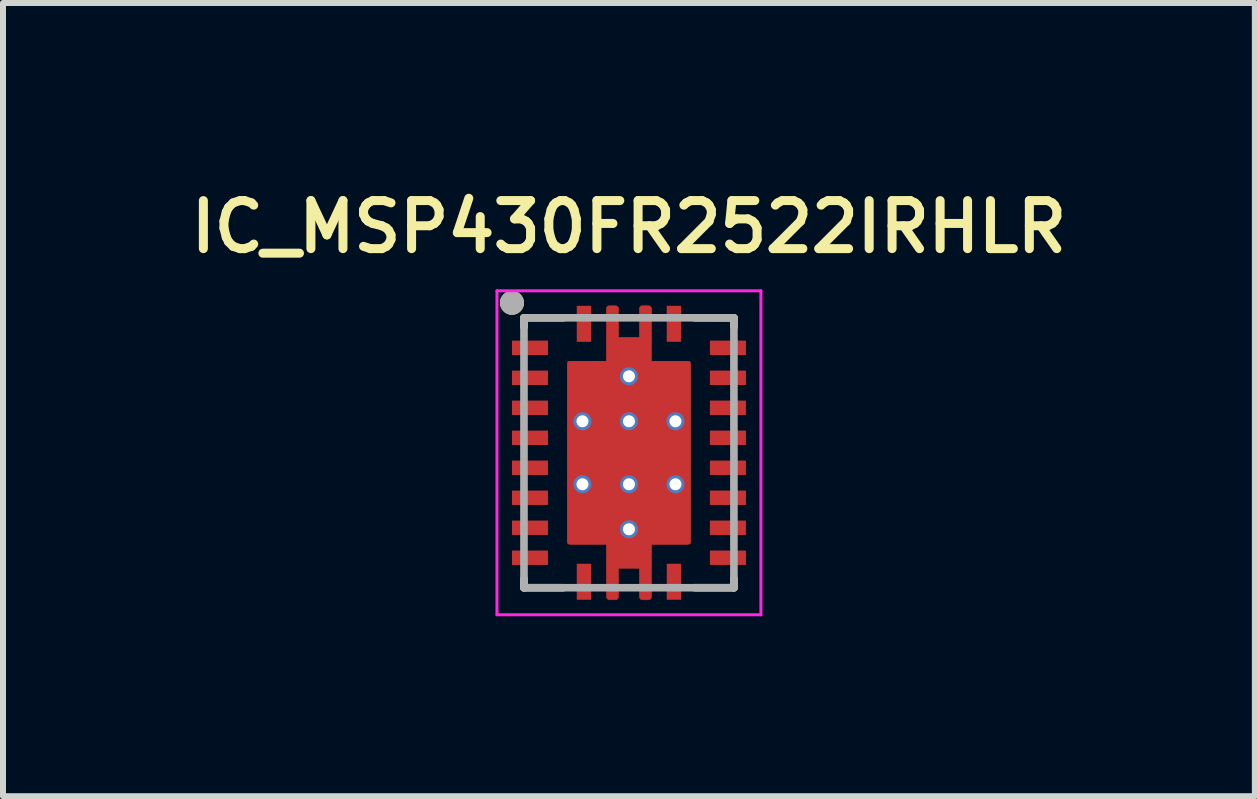
<source format=kicad_pcb>
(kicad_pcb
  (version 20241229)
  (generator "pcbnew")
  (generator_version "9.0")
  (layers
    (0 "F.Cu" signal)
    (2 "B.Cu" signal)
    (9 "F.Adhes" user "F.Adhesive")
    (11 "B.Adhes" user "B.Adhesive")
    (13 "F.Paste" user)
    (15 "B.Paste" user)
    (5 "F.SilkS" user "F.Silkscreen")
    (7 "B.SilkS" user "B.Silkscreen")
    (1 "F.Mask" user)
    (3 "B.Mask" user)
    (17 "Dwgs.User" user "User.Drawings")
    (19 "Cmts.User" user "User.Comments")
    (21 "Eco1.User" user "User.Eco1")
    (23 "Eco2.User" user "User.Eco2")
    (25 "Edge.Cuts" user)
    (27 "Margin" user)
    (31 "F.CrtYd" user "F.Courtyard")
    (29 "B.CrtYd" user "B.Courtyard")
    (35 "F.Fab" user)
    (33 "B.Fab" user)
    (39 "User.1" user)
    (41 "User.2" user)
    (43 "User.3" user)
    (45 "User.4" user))
  (footprint "IC_MSP430FR2522IRHLR"
    (layer "F.Cu")
    (at 7.435 4.498)
    (property "Reference" "IC_MSP430FR2522IRHLR" (at 0 -3.766 0) (layer "F.SilkS") (effects (font (size 0.801 0.801) (thickness 0.15))))
    (attr through_hole)
    (fp_poly (pts (xy -0.375 -1.525) (xy -0.375 -2.4) (xy -0.375 -2.403) (xy -0.375 -2.405) (xy -0.374 -2.408) (xy -0.374 -2.41) (xy -0.373 -2.413) (xy -0.373 -2.415) (xy -0.372 -2.418) (xy -0.371 -2.42) (xy -0.37 -2.423) (xy -0.368 -2.425) (xy -0.367 -2.427) (xy -0.365 -2.429) (xy -0.364 -2.431) (xy -0.362 -2.433) (xy -0.36 -2.435) (xy -0.358 -2.437) (xy -0.356 -2.439) (xy -0.354 -2.44) (xy -0.352 -2.442) (xy -0.35 -2.443) (xy -0.348 -2.445) (xy -0.345 -2.446) (xy -0.343 -2.447) (xy -0.34 -2.448) (xy -0.338 -2.448) (xy -0.335 -2.449) (xy -0.333 -2.449) (xy -0.33 -2.45) (xy -0.328 -2.45) (xy -0.325 -2.45) (xy -0.225 -2.45) (xy -0.222 -2.45) (xy -0.22 -2.45) (xy -0.217 -2.449) (xy -0.215 -2.449) (xy -0.212 -2.448) (xy -0.21 -2.448) (xy -0.207 -2.447) (xy -0.205 -2.446) (xy -0.202 -2.445) (xy -0.2 -2.443) (xy -0.198 -2.442) (xy -0.196 -2.44) (xy -0.194 -2.439) (xy -0.192 -2.437) (xy -0.19 -2.435) (xy -0.188 -2.433) (xy -0.186 -2.431) (xy -0.185 -2.429) (xy -0.183 -2.427) (xy -0.182 -2.425) (xy -0.18 -2.423) (xy -0.179 -2.42) (xy -0.178 -2.418) (xy -0.177 -2.415) (xy -0.177 -2.413) (xy -0.176 -2.41) (xy -0.176 -2.408) (xy -0.175 -2.405) (xy -0.175 -2.403) (xy -0.175 -2.4) (xy -0.175 -1.925) (xy 0.175 -1.925) (xy 0.175 -2.4) (xy 0.175 -2.403) (xy 0.175 -2.405) (xy 0.176 -2.408) (xy 0.176 -2.41) (xy 0.177 -2.413) (xy 0.177 -2.415) (xy 0.178 -2.418) (xy 0.179 -2.42) (xy 0.18 -2.423) (xy 0.182 -2.425) (xy 0.183 -2.427) (xy 0.185 -2.429) (xy 0.186 -2.431) (xy 0.188 -2.433) (xy 0.19 -2.435) (xy 0.192 -2.437) (xy 0.194 -2.439) (xy 0.196 -2.44) (xy 0.198 -2.442) (xy 0.2 -2.443) (xy 0.202 -2.445) (xy 0.205 -2.446) (xy 0.207 -2.447) (xy 0.21 -2.448) (xy 0.212 -2.448) (xy 0.215 -2.449) (xy 0.217 -2.449) (xy 0.22 -2.45) (xy 0.222 -2.45) (xy 0.225 -2.45) (xy 0.325 -2.45) (xy 0.328 -2.45) (xy 0.33 -2.45) (xy 0.333 -2.449) (xy 0.335 -2.449) (xy 0.338 -2.448) (xy 0.34 -2.448) (xy 0.343 -2.447) (xy 0.345 -2.446) (xy 0.348 -2.445) (xy 0.35 -2.443) (xy 0.352 -2.442) (xy 0.354 -2.44) (xy 0.356 -2.439) (xy 0.358 -2.437) (xy 0.36 -2.435) (xy 0.362 -2.433) (xy 0.364 -2.431) (xy 0.365 -2.429) (xy 0.367 -2.427) (xy 0.368 -2.425) (xy 0.37 -2.423) (xy 0.371 -2.42) (xy 0.372 -2.418) (xy 0.373 -2.415) (xy 0.373 -2.413) (xy 0.374 -2.41) (xy 0.374 -2.408) (xy 0.375 -2.405) (xy 0.375 -2.403) (xy 0.375 -2.4) (xy 0.375 -1.525) (xy 0.975 -1.525) (xy 0.978 -1.525) (xy 0.98 -1.525) (xy 0.983 -1.524) (xy 0.985 -1.524) (xy 0.988 -1.523) (xy 0.99 -1.523) (xy 0.993 -1.522) (xy 0.995 -1.521) (xy 0.998 -1.52) (xy 1 -1.518) (xy 1.002 -1.517) (xy 1.004 -1.515) (xy 1.006 -1.514) (xy 1.008 -1.512) (xy 1.01 -1.51) (xy 1.012 -1.508) (xy 1.014 -1.506) (xy 1.015 -1.504) (xy 1.017 -1.502) (xy 1.018 -1.5) (xy 1.02 -1.498) (xy 1.021 -1.495) (xy 1.022 -1.493) (xy 1.023 -1.49) (xy 1.023 -1.488) (xy 1.024 -1.485) (xy 1.024 -1.483) (xy 1.025 -1.48) (xy 1.025 -1.478) (xy 1.025 -1.475) (xy 1.025 1.475) (xy 1.025 1.478) (xy 1.025 1.48) (xy 1.024 1.483) (xy 1.024 1.485) (xy 1.023 1.488) (xy 1.023 1.49) (xy 1.022 1.493) (xy 1.021 1.495) (xy 1.02 1.498) (xy 1.018 1.5) (xy 1.017 1.502) (xy 1.015 1.504) (xy 1.014 1.506) (xy 1.012 1.508) (xy 1.01 1.51) (xy 1.008 1.512) (xy 1.006 1.514) (xy 1.004 1.515) (xy 1.002 1.517) (xy 1 1.518) (xy 0.998 1.52) (xy 0.995 1.521) (xy 0.993 1.522) (xy 0.99 1.523) (xy 0.988 1.523) (xy 0.985 1.524) (xy 0.983 1.524) (xy 0.98 1.525) (xy 0.978 1.525) (xy 0.975 1.525) (xy 0.375 1.525) (xy 0.375 2.4) (xy 0.375 2.403) (xy 0.375 2.405) (xy 0.374 2.408) (xy 0.374 2.41) (xy 0.373 2.413) (xy 0.373 2.415) (xy 0.372 2.418) (xy 0.371 2.42) (xy 0.37 2.423) (xy 0.368 2.425) (xy 0.367 2.427) (xy 0.365 2.429) (xy 0.364 2.431) (xy 0.362 2.433) (xy 0.36 2.435) (xy 0.358 2.437) (xy 0.356 2.439) (xy 0.354 2.44) (xy 0.352 2.442) (xy 0.35 2.443) (xy 0.348 2.445) (xy 0.345 2.446) (xy 0.343 2.447) (xy 0.34 2.448) (xy 0.338 2.448) (xy 0.335 2.449) (xy 0.333 2.449) (xy 0.33 2.45) (xy 0.328 2.45) (xy 0.325 2.45) (xy 0.225 2.45) (xy 0.222 2.45) (xy 0.22 2.45) (xy 0.217 2.449) (xy 0.215 2.449) (xy 0.212 2.448) (xy 0.21 2.448) (xy 0.207 2.447) (xy 0.205 2.446) (xy 0.202 2.445) (xy 0.2 2.443) (xy 0.198 2.442) (xy 0.196 2.44) (xy 0.194 2.439) (xy 0.192 2.437) (xy 0.19 2.435) (xy 0.188 2.433) (xy 0.186 2.431) (xy 0.185 2.429) (xy 0.183 2.427) (xy 0.182 2.425) (xy 0.18 2.423) (xy 0.179 2.42) (xy 0.178 2.418) (xy 0.177 2.415) (xy 0.177 2.413) (xy 0.176 2.41) (xy 0.176 2.408) (xy 0.175 2.405) (xy 0.175 2.403) (xy 0.175 2.4) (xy 0.175 1.925) (xy -0.175 1.925) (xy -0.175 2.4) (xy -0.175 2.403) (xy -0.175 2.405) (xy -0.176 2.408) (xy -0.176 2.41) (xy -0.177 2.413) (xy -0.177 2.415) (xy -0.178 2.418) (xy -0.179 2.42) (xy -0.18 2.423) (xy -0.182 2.425) (xy -0.183 2.427) (xy -0.185 2.429) (xy -0.186 2.431) (xy -0.188 2.433) (xy -0.19 2.435) (xy -0.192 2.437) (xy -0.194 2.439) (xy -0.196 2.44) (xy -0.198 2.442) (xy -0.2 2.443) (xy -0.202 2.445) (xy -0.205 2.446) (xy -0.207 2.447) (xy -0.21 2.448) (xy -0.212 2.448) (xy -0.215 2.449) (xy -0.217 2.449) (xy -0.22 2.45) (xy -0.222 2.45) (xy -0.225 2.45) (xy -0.325 2.45) (xy -0.328 2.45) (xy -0.33 2.45) (xy -0.333 2.449) (xy -0.335 2.449) (xy -0.338 2.448) (xy -0.34 2.448) (xy -0.343 2.447) (xy -0.345 2.446) (xy -0.348 2.445) (xy -0.35 2.443) (xy -0.352 2.442) (xy -0.354 2.44) (xy -0.356 2.439) (xy -0.358 2.437) (xy -0.36 2.435) (xy -0.362 2.433) (xy -0.364 2.431) (xy -0.365 2.429) (xy -0.367 2.427) (xy -0.368 2.425) (xy -0.37 2.423) (xy -0.371 2.42) (xy -0.372 2.418) (xy -0.373 2.415) (xy -0.373 2.413) (xy -0.374 2.41) (xy -0.374 2.408) (xy -0.375 2.405) (xy -0.375 2.403) (xy -0.375 2.4) (xy -0.375 1.525) (xy -0.975 1.525) (xy -0.978 1.525) (xy -0.98 1.525) (xy -0.983 1.524) (xy -0.985 1.524) (xy -0.988 1.523) (xy -0.99 1.523) (xy -0.993 1.522) (xy -0.995 1.521) (xy -0.998 1.52) (xy -1 1.518) (xy -1.002 1.517) (xy -1.004 1.515) (xy -1.006 1.514) (xy -1.008 1.512) (xy -1.01 1.51) (xy -1.012 1.508) (xy -1.014 1.506) (xy -1.015 1.504) (xy -1.017 1.502) (xy -1.018 1.5) (xy -1.02 1.498) (xy -1.021 1.495) (xy -1.022 1.493) (xy -1.023 1.49) (xy -1.023 1.488) (xy -1.024 1.485) (xy -1.024 1.483) (xy -1.025 1.48) (xy -1.025 1.478) (xy -1.025 1.475) (xy -1.025 -1.475) (xy -1.025 -1.478) (xy -1.025 -1.48) (xy -1.024 -1.483) (xy -1.024 -1.485) (xy -1.023 -1.488) (xy -1.023 -1.49) (xy -1.022 -1.493) (xy -1.021 -1.495) (xy -1.02 -1.498) (xy -1.018 -1.5) (xy -1.017 -1.502) (xy -1.015 -1.504) (xy -1.014 -1.506) (xy -1.012 -1.508) (xy -1.01 -1.51) (xy -1.008 -1.512) (xy -1.006 -1.514) (xy -1.004 -1.515) (xy -1.002 -1.517) (xy -1 -1.518) (xy -0.998 -1.52) (xy -0.995 -1.521) (xy -0.993 -1.522) (xy -0.99 -1.523) (xy -0.988 -1.523) (xy -0.985 -1.524) (xy -0.983 -1.524) (xy -0.98 -1.525) (xy -0.978 -1.525) (xy -0.975 -1.525) (xy -0.375 -1.525)) (stroke (width 0.01) (type solid)) (fill yes) (layer "F.Cu"))
    (fp_poly (pts (xy -0.477 -1.627) (xy -0.477 -2.4) (xy -0.477 -2.408) (xy -0.476 -2.416) (xy -0.475 -2.424) (xy -0.474 -2.432) (xy -0.472 -2.439) (xy -0.47 -2.447) (xy -0.467 -2.454) (xy -0.464 -2.462) (xy -0.46 -2.469) (xy -0.457 -2.476) (xy -0.452 -2.483) (xy -0.448 -2.489) (xy -0.443 -2.496) (xy -0.438 -2.502) (xy -0.432 -2.507) (xy -0.427 -2.513) (xy -0.421 -2.518) (xy -0.414 -2.523) (xy -0.408 -2.527) (xy -0.401 -2.532) (xy -0.394 -2.535) (xy -0.387 -2.539) (xy -0.379 -2.542) (xy -0.372 -2.545) (xy -0.364 -2.547) (xy -0.357 -2.549) (xy -0.349 -2.55) (xy -0.341 -2.551) (xy -0.333 -2.552) (xy -0.325 -2.552) (xy -0.225 -2.552) (xy -0.217 -2.552) (xy -0.209 -2.551) (xy -0.201 -2.55) (xy -0.193 -2.549) (xy -0.186 -2.547) (xy -0.178 -2.545) (xy -0.171 -2.542) (xy -0.163 -2.539) (xy -0.156 -2.535) (xy -0.149 -2.532) (xy -0.142 -2.527) (xy -0.136 -2.523) (xy -0.129 -2.518) (xy -0.123 -2.513) (xy -0.118 -2.507) (xy -0.112 -2.502) (xy -0.107 -2.496) (xy -0.102 -2.489) (xy -0.098 -2.483) (xy -0.093 -2.476) (xy -0.09 -2.469) (xy -0.086 -2.462) (xy -0.083 -2.454) (xy -0.08 -2.447) (xy -0.078 -2.439) (xy -0.076 -2.432) (xy -0.075 -2.424) (xy -0.074 -2.416) (xy -0.073 -2.408) (xy -0.073 -2.4) (xy -0.073 -2.027) (xy 0.072 -2.027) (xy 0.073 -2.027) (xy 0.073 -2.402) (xy 0.073 -2.41) (xy 0.074 -2.418) (xy 0.075 -2.425) (xy 0.076 -2.433) (xy 0.078 -2.441) (xy 0.08 -2.448) (xy 0.083 -2.456) (xy 0.086 -2.463) (xy 0.089 -2.47) (xy 0.093 -2.477) (xy 0.097 -2.484) (xy 0.102 -2.49) (xy 0.106 -2.496) (xy 0.112 -2.502) (xy 0.117 -2.508) (xy 0.123 -2.513) (xy 0.129 -2.519) (xy 0.135 -2.523) (xy 0.141 -2.528) (xy 0.148 -2.532) (xy 0.155 -2.536) (xy 0.162 -2.539) (xy 0.169 -2.542) (xy 0.177 -2.545) (xy 0.184 -2.547) (xy 0.192 -2.549) (xy 0.2 -2.55) (xy 0.207 -2.551) (xy 0.215 -2.552) (xy 0.223 -2.552) (xy 0.326 -2.552) (xy 0.334 -2.552) (xy 0.342 -2.551) (xy 0.35 -2.55) (xy 0.357 -2.549) (xy 0.365 -2.547) (xy 0.373 -2.545) (xy 0.38 -2.542) (xy 0.387 -2.539) (xy 0.395 -2.536) (xy 0.402 -2.532) (xy 0.408 -2.528) (xy 0.415 -2.523) (xy 0.421 -2.518) (xy 0.427 -2.513) (xy 0.433 -2.508) (xy 0.438 -2.502) (xy 0.443 -2.496) (xy 0.448 -2.49) (xy 0.453 -2.483) (xy 0.457 -2.477) (xy 0.461 -2.47) (xy 0.464 -2.462) (xy 0.467 -2.455) (xy 0.47 -2.448) (xy 0.472 -2.44) (xy 0.474 -2.432) (xy 0.475 -2.425) (xy 0.476 -2.417) (xy 0.477 -2.409) (xy 0.477 -2.401) (xy 0.477 -1.627) (xy 0.975 -1.627) (xy 0.983 -1.627) (xy 0.991 -1.626) (xy 0.999 -1.625) (xy 1.007 -1.624) (xy 1.014 -1.622) (xy 1.022 -1.62) (xy 1.029 -1.617) (xy 1.037 -1.614) (xy 1.044 -1.61) (xy 1.051 -1.607) (xy 1.058 -1.602) (xy 1.064 -1.598) (xy 1.071 -1.593) (xy 1.077 -1.588) (xy 1.082 -1.582) (xy 1.088 -1.577) (xy 1.093 -1.571) (xy 1.098 -1.564) (xy 1.102 -1.558) (xy 1.107 -1.551) (xy 1.11 -1.544) (xy 1.114 -1.537) (xy 1.117 -1.529) (xy 1.12 -1.522) (xy 1.122 -1.514) (xy 1.124 -1.507) (xy 1.125 -1.499) (xy 1.126 -1.491) (xy 1.127 -1.483) (xy 1.127 -1.475) (xy 1.127 1.476) (xy 1.127 1.484) (xy 1.126 1.492) (xy 1.125 1.499) (xy 1.124 1.507) (xy 1.122 1.515) (xy 1.12 1.522) (xy 1.117 1.53) (xy 1.114 1.537) (xy 1.111 1.544) (xy 1.107 1.551) (xy 1.103 1.558) (xy 1.098 1.564) (xy 1.094 1.57) (xy 1.088 1.576) (xy 1.083 1.582) (xy 1.077 1.587) (xy 1.071 1.593) (xy 1.065 1.597) (xy 1.059 1.602) (xy 1.052 1.606) (xy 1.045 1.61) (xy 1.038 1.613) (xy 1.031 1.616) (xy 1.023 1.619) (xy 1.016 1.621) (xy 1.008 1.623) (xy 1 1.624) (xy 0.993 1.625) (xy 0.985 1.626) (xy 0.977 1.626) (xy 0.478 1.626) (xy 0.478 1.626) (xy 0.478 1.626) (xy 0.478 1.626) (xy 0.478 1.626) (xy 0.478 1.626) (xy 0.478 1.626) (xy 0.478 1.626) (xy 0.478 1.626) (xy 0.478 1.626) (xy 0.477 1.626) (xy 0.477 1.626) (xy 0.477 1.626) (xy 0.477 1.626) (xy 0.477 1.626) (xy 0.477 1.626) (xy 0.477 1.626) (xy 0.477 1.626) (xy 0.477 1.626) (xy 0.477 1.626) (xy 0.477 1.627) (xy 0.477 1.627) (xy 0.477 1.627) (xy 0.477 1.627) (xy 0.477 1.627) (xy 0.477 1.627) (xy 0.477 1.627) (xy 0.477 1.627) (xy 0.477 1.627) (xy 0.477 1.627) (xy 0.477 1.627) (xy 0.477 2.401) (xy 0.477 2.409) (xy 0.476 2.417) (xy 0.475 2.424) (xy 0.474 2.432) (xy 0.472 2.44) (xy 0.47 2.447) (xy 0.467 2.455) (xy 0.464 2.462) (xy 0.461 2.469) (xy 0.457 2.476) (xy 0.453 2.483) (xy 0.448 2.489) (xy 0.444 2.495) (xy 0.438 2.501) (xy 0.433 2.507) (xy 0.427 2.512) (xy 0.421 2.518) (xy 0.415 2.522) (xy 0.409 2.527) (xy 0.402 2.531) (xy 0.395 2.535) (xy 0.388 2.538) (xy 0.381 2.541) (xy 0.373 2.544) (xy 0.366 2.546) (xy 0.358 2.548) (xy 0.35 2.549) (xy 0.343 2.55) (xy 0.335 2.551) (xy 0.327 2.551) (xy 0.222 2.551) (xy 0.214 2.551) (xy 0.206 2.55) (xy 0.199 2.549) (xy 0.191 2.548) (xy 0.183 2.546) (xy 0.176 2.544) (xy 0.169 2.541) (xy 0.161 2.538) (xy 0.154 2.535) (xy 0.147 2.531) (xy 0.141 2.527) (xy 0.134 2.523) (xy 0.128 2.518) (xy 0.122 2.513) (xy 0.117 2.507) (xy 0.111 2.502) (xy 0.106 2.496) (xy 0.101 2.49) (xy 0.097 2.483) (xy 0.093 2.477) (xy 0.089 2.47) (xy 0.086 2.463) (xy 0.083 2.455) (xy 0.08 2.448) (xy 0.078 2.441) (xy 0.076 2.433) (xy 0.075 2.425) (xy 0.074 2.418) (xy 0.073 2.41) (xy 0.073 2.402) (xy 0.073 2.027) (xy -0.072 2.027) (xy -0.072 2.027) (xy -0.072 2.027) (xy -0.072 2.027) (xy -0.072 2.027) (xy -0.072 2.027) (xy -0.072 2.027) (xy -0.072 2.027) (xy -0.072 2.027) (xy -0.072 2.027) (xy -0.072 2.027) (xy -0.073 2.027) (xy -0.073 2.027) (xy -0.073 2.027) (xy -0.073 2.027) (xy -0.073 2.027) (xy -0.073 2.027) (xy -0.073 2.027) (xy -0.073 2.027) (xy -0.073 2.027) (xy -0.073 2.027) (xy -0.073 2.028) (xy -0.073 2.028) (xy -0.073 2.028) (xy -0.073 2.028) (xy -0.073 2.028) (xy -0.073 2.028) (xy -0.073 2.028) (xy -0.073 2.028) (xy -0.073 2.028) (xy -0.073 2.028) (xy -0.073 2.401) (xy -0.073 2.409) (xy -0.074 2.417) (xy -0.075 2.424) (xy -0.076 2.432) (xy -0.078 2.44) (xy -0.08 2.447) (xy -0.083 2.455) (xy -0.086 2.462) (xy -0.089 2.469) (xy -0.093 2.476) (xy -0.097 2.483) (xy -0.102 2.489) (xy -0.106 2.495) (xy -0.112 2.501) (xy -0.117 2.507) (xy -0.123 2.512) (xy -0.129 2.518) (xy -0.135 2.522) (xy -0.141 2.527) (xy -0.148 2.531) (xy -0.155 2.535) (xy -0.162 2.538) (xy -0.169 2.541) (xy -0.177 2.544) (xy -0.184 2.546) (xy -0.192 2.548) (xy -0.2 2.549) (xy -0.207 2.55) (xy -0.215 2.551) (xy -0.223 2.551) (xy -0.329 2.551) (xy -0.337 2.551) (xy -0.344 2.55) (xy -0.352 2.549) (xy -0.36 2.548) (xy -0.367 2.546) (xy -0.375 2.544) (xy -0.382 2.541) (xy -0.389 2.538) (xy -0.396 2.535) (xy -0.403 2.531) (xy -0.41 2.527) (xy -0.416 2.523) (xy -0.422 2.518) (xy -0.428 2.513) (xy -0.434 2.508) (xy -0.439 2.502) (xy -0.444 2.496) (xy -0.449 2.49) (xy -0.453 2.484) (xy -0.457 2.477) (xy -0.461 2.47) (xy -0.464 2.463) (xy -0.467 2.456) (xy -0.47 2.449) (xy -0.472 2.441) (xy -0.474 2.434) (xy -0.475 2.426) (xy -0.476 2.418) (xy -0.477 2.411) (xy -0.477 2.403) (xy -0.477 1.627) (xy -0.975 1.627) (xy -0.983 1.627) (xy -0.991 1.626) (xy -0.999 1.625) (xy -1.007 1.624) (xy -1.014 1.622) (xy -1.022 1.62) (xy -1.029 1.617) (xy -1.037 1.614) (xy -1.044 1.61) (xy -1.051 1.607) (xy -1.058 1.602) (xy -1.064 1.598) (xy -1.071 1.593) (xy -1.077 1.588) (xy -1.082 1.582) (xy -1.088 1.577) (xy -1.093 1.571) (xy -1.098 1.564) (xy -1.102 1.558) (xy -1.107 1.551) (xy -1.11 1.544) (xy -1.114 1.537) (xy -1.117 1.529) (xy -1.12 1.522) (xy -1.122 1.514) (xy -1.124 1.507) (xy -1.125 1.499) (xy -1.126 1.491) (xy -1.127 1.483) (xy -1.127 1.475) (xy -1.127 -1.474) (xy -1.127 -1.482) (xy -1.126 -1.49) (xy -1.125 -1.498) (xy -1.124 -1.506) (xy -1.122 -1.513) (xy -1.12 -1.521) (xy -1.117 -1.528) (xy -1.114 -1.536) (xy -1.11 -1.543) (xy -1.107 -1.55) (xy -1.102 -1.557) (xy -1.098 -1.563) (xy -1.093 -1.57) (xy -1.088 -1.576) (xy -1.082 -1.581) (xy -1.077 -1.587) (xy -1.071 -1.592) (xy -1.064 -1.597) (xy -1.058 -1.601) (xy -1.051 -1.606) (xy -1.044 -1.609) (xy -1.037 -1.613) (xy -1.029 -1.616) (xy -1.022 -1.619) (xy -1.014 -1.621) (xy -1.007 -1.623) (xy -0.999 -1.624) (xy -0.991 -1.625) (xy -0.983 -1.626) (xy -0.975 -1.626) (xy -0.478 -1.626) (xy -0.478 -1.626) (xy -0.478 -1.626) (xy -0.478 -1.626) (xy -0.478 -1.626) (xy -0.478 -1.626) (xy -0.478 -1.626) (xy -0.478 -1.626) (xy -0.478 -1.626) (xy -0.478 -1.626) (xy -0.477 -1.626) (xy -0.477 -1.626) (xy -0.477 -1.626) (xy -0.477 -1.626) (xy -0.477 -1.626) (xy -0.477 -1.626) (xy -0.477 -1.626) (xy -0.477 -1.626) (xy -0.477 -1.626) (xy -0.477 -1.626) (xy -0.477 -1.627) (xy -0.477 -1.627) (xy -0.477 -1.627) (xy -0.477 -1.627) (xy -0.477 -1.627) (xy -0.477 -1.627) (xy -0.477 -1.627) (xy -0.477 -1.627) (xy -0.477 -1.627) (xy -0.477 -1.627) (xy -0.477 -1.627)) (stroke (width 0.01) (type solid)) (fill yes) (layer "F.Mask"))
    (fp_line (start -1.75 -2.25) (end -1.1 -2.25) (stroke (width 0.127) (type solid)) (layer "F.SilkS"))
    (fp_line (start -1.75 -2.1) (end -1.75 -2.25) (stroke (width 0.127) (type solid)) (layer "F.SilkS"))
    (fp_line (start -1.75 2.1) (end -1.75 2.25) (stroke (width 0.127) (type solid)) (layer "F.SilkS"))
    (fp_line (start -1.75 2.25) (end -1.1 2.25) (stroke (width 0.127) (type solid)) (layer "F.SilkS"))
    (fp_line (start 1.1 -2.25) (end 1.75 -2.25) (stroke (width 0.127) (type solid)) (layer "F.SilkS"))
    (fp_line (start 1.1 2.25) (end 1.75 2.25) (stroke (width 0.127) (type solid)) (layer "F.SilkS"))
    (fp_line (start 1.75 -2.25) (end 1.75 -2.1) (stroke (width 0.127) (type solid)) (layer "F.SilkS"))
    (fp_line (start 1.75 2.25) (end 1.75 2.1) (stroke (width 0.127) (type solid)) (layer "F.SilkS"))
    (fp_circle (center -1.95 -2.5) (end -1.85 -2.5) (stroke (width 0.2) (type solid)) (fill no) (layer "F.SilkS"))
    (fp_poly (pts (xy -1.02 -0.625) (xy -0.1 -0.625) (xy -0.1 -1.475) (xy -1.02 -1.475)) (stroke (width 0.01) (type solid)) (fill yes) (layer "F.Paste"))
    (fp_poly (pts (xy -1.02 0.425) (xy -0.1 0.425) (xy -0.1 -0.425) (xy -1.02 -0.425)) (stroke (width 0.01) (type solid)) (fill yes) (layer "F.Paste"))
    (fp_poly (pts (xy -1.02 1.475) (xy -0.1 1.475) (xy -0.1 0.625) (xy -1.02 0.625)) (stroke (width 0.01) (type solid)) (fill yes) (layer "F.Paste"))
    (fp_poly (pts (xy 0.1 -0.625) (xy 1.02 -0.625) (xy 1.02 -1.475) (xy 0.1 -1.475)) (stroke (width 0.01) (type solid)) (fill yes) (layer "F.Paste"))
    (fp_poly (pts (xy 0.1 0.425) (xy 1.02 0.425) (xy 1.02 -0.425) (xy 0.1 -0.425)) (stroke (width 0.01) (type solid)) (fill yes) (layer "F.Paste"))
    (fp_poly (pts (xy 0.1 1.475) (xy 1.02 1.475) (xy 1.02 0.625) (xy 0.1 0.625)) (stroke (width 0.01) (type solid)) (fill yes) (layer "F.Paste"))
    (fp_poly (pts (xy -0.375 -1.675) (xy -0.375 -2.4) (xy -0.375 -2.403) (xy -0.375 -2.405) (xy -0.374 -2.408) (xy -0.374 -2.41) (xy -0.373 -2.413) (xy -0.373 -2.415) (xy -0.372 -2.418) (xy -0.371 -2.42) (xy -0.37 -2.423) (xy -0.368 -2.425) (xy -0.367 -2.427) (xy -0.365 -2.429) (xy -0.364 -2.431) (xy -0.362 -2.433) (xy -0.36 -2.435) (xy -0.358 -2.437) (xy -0.356 -2.439) (xy -0.354 -2.44) (xy -0.352 -2.442) (xy -0.35 -2.443) (xy -0.348 -2.445) (xy -0.345 -2.446) (xy -0.343 -2.447) (xy -0.34 -2.448) (xy -0.338 -2.448) (xy -0.335 -2.449) (xy -0.333 -2.449) (xy -0.33 -2.45) (xy -0.328 -2.45) (xy -0.325 -2.45) (xy -0.225 -2.45) (xy -0.222 -2.45) (xy -0.22 -2.45) (xy -0.217 -2.449) (xy -0.215 -2.449) (xy -0.212 -2.448) (xy -0.21 -2.448) (xy -0.207 -2.447) (xy -0.205 -2.446) (xy -0.202 -2.445) (xy -0.2 -2.443) (xy -0.198 -2.442) (xy -0.196 -2.44) (xy -0.194 -2.439) (xy -0.192 -2.437) (xy -0.19 -2.435) (xy -0.188 -2.433) (xy -0.186 -2.431) (xy -0.185 -2.429) (xy -0.183 -2.427) (xy -0.182 -2.425) (xy -0.18 -2.423) (xy -0.179 -2.42) (xy -0.178 -2.418) (xy -0.177 -2.415) (xy -0.177 -2.413) (xy -0.176 -2.41) (xy -0.176 -2.408) (xy -0.175 -2.405) (xy -0.175 -2.403) (xy -0.175 -2.4) (xy -0.175 -1.925) (xy 0.175 -1.925) (xy 0.175 -2.4) (xy 0.175 -2.403) (xy 0.175 -2.405) (xy 0.176 -2.408) (xy 0.176 -2.41) (xy 0.177 -2.413) (xy 0.177 -2.415) (xy 0.178 -2.418) (xy 0.179 -2.42) (xy 0.18 -2.423) (xy 0.182 -2.425) (xy 0.183 -2.427) (xy 0.185 -2.429) (xy 0.186 -2.431) (xy 0.188 -2.433) (xy 0.19 -2.435) (xy 0.192 -2.437) (xy 0.194 -2.439) (xy 0.196 -2.44) (xy 0.198 -2.442) (xy 0.2 -2.443) (xy 0.202 -2.445) (xy 0.205 -2.446) (xy 0.207 -2.447) (xy 0.21 -2.448) (xy 0.212 -2.448) (xy 0.215 -2.449) (xy 0.217 -2.449) (xy 0.22 -2.45) (xy 0.222 -2.45) (xy 0.225 -2.45) (xy 0.325 -2.45) (xy 0.328 -2.45) (xy 0.33 -2.45) (xy 0.333 -2.449) (xy 0.335 -2.449) (xy 0.338 -2.448) (xy 0.34 -2.448) (xy 0.343 -2.447) (xy 0.345 -2.446) (xy 0.348 -2.445) (xy 0.35 -2.443) (xy 0.352 -2.442) (xy 0.354 -2.44) (xy 0.356 -2.439) (xy 0.358 -2.437) (xy 0.36 -2.435) (xy 0.362 -2.433) (xy 0.364 -2.431) (xy 0.365 -2.429) (xy 0.367 -2.427) (xy 0.368 -2.425) (xy 0.37 -2.423) (xy 0.371 -2.42) (xy 0.372 -2.418) (xy 0.373 -2.415) (xy 0.373 -2.413) (xy 0.374 -2.41) (xy 0.374 -2.408) (xy 0.375 -2.405) (xy 0.375 -2.403) (xy 0.375 -2.4) (xy 0.375 -1.675) (xy -0.375 -1.675)) (stroke (width 0.01) (type solid)) (fill yes) (layer "F.Paste"))
    (fp_poly (pts (xy 0.375 1.675) (xy 0.375 2.4) (xy 0.375 2.403) (xy 0.375 2.405) (xy 0.374 2.408) (xy 0.374 2.41) (xy 0.373 2.413) (xy 0.373 2.415) (xy 0.372 2.418) (xy 0.371 2.42) (xy 0.37 2.423) (xy 0.368 2.425) (xy 0.367 2.427) (xy 0.365 2.429) (xy 0.364 2.431) (xy 0.362 2.433) (xy 0.36 2.435) (xy 0.358 2.437) (xy 0.356 2.439) (xy 0.354 2.44) (xy 0.352 2.442) (xy 0.35 2.443) (xy 0.348 2.445) (xy 0.345 2.446) (xy 0.343 2.447) (xy 0.34 2.448) (xy 0.338 2.448) (xy 0.335 2.449) (xy 0.333 2.449) (xy 0.33 2.45) (xy 0.328 2.45) (xy 0.325 2.45) (xy 0.225 2.45) (xy 0.222 2.45) (xy 0.22 2.45) (xy 0.217 2.449) (xy 0.215 2.449) (xy 0.212 2.448) (xy 0.21 2.448) (xy 0.207 2.447) (xy 0.205 2.446) (xy 0.202 2.445) (xy 0.2 2.443) (xy 0.198 2.442) (xy 0.196 2.44) (xy 0.194 2.439) (xy 0.192 2.437) (xy 0.19 2.435) (xy 0.188 2.433) (xy 0.186 2.431) (xy 0.185 2.429) (xy 0.183 2.427) (xy 0.182 2.425) (xy 0.18 2.423) (xy 0.179 2.42) (xy 0.178 2.418) (xy 0.177 2.415) (xy 0.177 2.413) (xy 0.176 2.41) (xy 0.176 2.408) (xy 0.175 2.405) (xy 0.175 2.403) (xy 0.175 2.4) (xy 0.175 1.925) (xy -0.175 1.925) (xy -0.175 2.4) (xy -0.175 2.403) (xy -0.175 2.405) (xy -0.176 2.408) (xy -0.176 2.41) (xy -0.177 2.413) (xy -0.177 2.415) (xy -0.178 2.418) (xy -0.179 2.42) (xy -0.18 2.423) (xy -0.182 2.425) (xy -0.183 2.427) (xy -0.185 2.429) (xy -0.186 2.431) (xy -0.188 2.433) (xy -0.19 2.435) (xy -0.192 2.437) (xy -0.194 2.439) (xy -0.196 2.44) (xy -0.198 2.442) (xy -0.2 2.443) (xy -0.202 2.445) (xy -0.205 2.446) (xy -0.207 2.447) (xy -0.21 2.448) (xy -0.212 2.448) (xy -0.215 2.449) (xy -0.217 2.449) (xy -0.22 2.45) (xy -0.222 2.45) (xy -0.225 2.45) (xy -0.325 2.45) (xy -0.328 2.45) (xy -0.33 2.45) (xy -0.333 2.449) (xy -0.335 2.449) (xy -0.338 2.448) (xy -0.34 2.448) (xy -0.343 2.447) (xy -0.345 2.446) (xy -0.348 2.445) (xy -0.35 2.443) (xy -0.352 2.442) (xy -0.354 2.44) (xy -0.356 2.439) (xy -0.358 2.437) (xy -0.36 2.435) (xy -0.362 2.433) (xy -0.364 2.431) (xy -0.365 2.429) (xy -0.367 2.427) (xy -0.368 2.425) (xy -0.37 2.423) (xy -0.371 2.42) (xy -0.372 2.418) (xy -0.373 2.415) (xy -0.373 2.413) (xy -0.374 2.41) (xy -0.374 2.408) (xy -0.375 2.405) (xy -0.375 2.403) (xy -0.375 2.4) (xy -0.375 1.675) (xy 0.375 1.675)) (stroke (width 0.01) (type solid)) (fill yes) (layer "F.Paste"))
    (fp_line (start -2.2 -2.7) (end -2.2 2.7) (stroke (width 0.05) (type solid)) (layer "F.CrtYd"))
    (fp_line (start -2.2 2.7) (end 2.2 2.7) (stroke (width 0.05) (type solid)) (layer "F.CrtYd"))
    (fp_line (start 2.2 -2.7) (end -2.2 -2.7) (stroke (width 0.05) (type solid)) (layer "F.CrtYd"))
    (fp_line (start 2.2 2.7) (end 2.2 -2.7) (stroke (width 0.05) (type solid)) (layer "F.CrtYd"))
    (fp_line (start -1.75 -2.25) (end 1.75 -2.25) (stroke (width 0.127) (type solid)) (layer "F.Fab"))
    (fp_line (start -1.75 2.25) (end -1.75 -2.25) (stroke (width 0.127) (type solid)) (layer "F.Fab"))
    (fp_line (start 1.75 -2.25) (end 1.75 2.25) (stroke (width 0.127) (type solid)) (layer "F.Fab"))
    (fp_line (start 1.75 2.25) (end -1.75 2.25) (stroke (width 0.127) (type solid)) (layer "F.Fab"))
    (fp_circle (center -1.95 -2.5) (end -1.85 -2.5) (stroke (width 0.2) (type solid)) (fill no) (layer "F.Fab"))
    (pad "1" smd rect (at -0.75 -2.15) (size 0.24 0.6) (layers "F.Cu" "F.Mask" "F.Paste"))
    (pad "2" smd rect (at -1.65 -1.75) (size 0.6 0.24) (layers "F.Cu" "F.Mask" "F.Paste"))
    (pad "3" smd rect (at -1.65 -1.25) (size 0.6 0.24) (layers "F.Cu" "F.Mask" "F.Paste"))
    (pad "4" smd rect (at -1.65 -0.75) (size 0.6 0.24) (layers "F.Cu" "F.Mask" "F.Paste"))
    (pad "5" smd rect (at -1.65 -0.25) (size 0.6 0.24) (layers "F.Cu" "F.Mask" "F.Paste"))
    (pad "6" smd rect (at -1.65 0.25) (size 0.6 0.24) (layers "F.Cu" "F.Mask" "F.Paste"))
    (pad "7" smd rect (at -1.65 0.75) (size 0.6 0.24) (layers "F.Cu" "F.Mask" "F.Paste"))
    (pad "8" smd rect (at -1.65 1.25) (size 0.6 0.24) (layers "F.Cu" "F.Mask" "F.Paste"))
    (pad "9" smd rect (at -1.65 1.75) (size 0.6 0.24) (layers "F.Cu" "F.Mask" "F.Paste"))
    (pad "10" smd rect (at -0.75 2.15) (size 0.24 0.6) (layers "F.Cu" "F.Mask" "F.Paste"))
    (pad "11" smd rect (at 0.75 2.15) (size 0.24 0.6) (layers "F.Cu" "F.Mask" "F.Paste"))
    (pad "12" smd rect (at 1.65 1.75) (size 0.6 0.24) (layers "F.Cu" "F.Mask" "F.Paste"))
    (pad "13" smd rect (at 1.65 1.25) (size 0.6 0.24) (layers "F.Cu" "F.Mask" "F.Paste"))
    (pad "14" smd rect (at 1.65 0.75) (size 0.6 0.24) (layers "F.Cu" "F.Mask" "F.Paste"))
    (pad "15" smd rect (at 1.65 0.25) (size 0.6 0.24) (layers "F.Cu" "F.Mask" "F.Paste"))
    (pad "16" smd rect (at 1.65 -0.25) (size 0.6 0.24) (layers "F.Cu" "F.Mask" "F.Paste"))
    (pad "17" smd rect (at 1.65 -0.75) (size 0.6 0.24) (layers "F.Cu" "F.Mask" "F.Paste"))
    (pad "18" smd rect (at 1.65 -1.25) (size 0.6 0.24) (layers "F.Cu" "F.Mask" "F.Paste"))
    (pad "19" smd rect (at 1.65 -1.75) (size 0.6 0.24) (layers "F.Cu" "F.Mask" "F.Paste"))
    (pad "20" smd rect (at 0.75 -2.15) (size 0.24 0.6) (layers "F.Cu" "F.Mask" "F.Paste"))
    (pad "21" thru_hole circle (at -0.775 -0.525) (size 0.3 0.3) (drill 0.2) (layers "*.Cu" "*.Mask"))
    (pad "21" thru_hole circle (at -0.775 0.525) (size 0.3 0.3) (drill 0.2) (layers "*.Cu" "*.Mask"))
    (pad "21" thru_hole circle (at 0 -1.275) (size 0.3 0.3) (drill 0.2) (layers "*.Cu" "*.Mask"))
    (pad "21" thru_hole circle (at 0 -0.525) (size 0.3 0.3) (drill 0.2) (layers "*.Cu" "*.Mask"))
    (pad "21" smd rect (at 0 0) (size 2.05 3.05) (layers "F.Cu" "F.Mask"))
    (pad "21" thru_hole circle (at 0 0.525) (size 0.3 0.3) (drill 0.2) (layers "*.Cu" "*.Mask"))
    (pad "21" thru_hole circle (at 0 1.275) (size 0.3 0.3) (drill 0.2) (layers "*.Cu" "*.Mask"))
    (pad "21" thru_hole circle (at 0.775 -0.525) (size 0.3 0.3) (drill 0.2) (layers "*.Cu" "*.Mask"))
    (pad "21" thru_hole circle (at 0.775 0.525) (size 0.3 0.3) (drill 0.2) (layers "*.Cu" "*.Mask")))
  (gr_rect
    (start -3 -3)
    (end 17.869 10.223)
    (stroke (width 0.1) (type default))
    (fill no)
    (layer "Edge.Cuts")))
</source>
